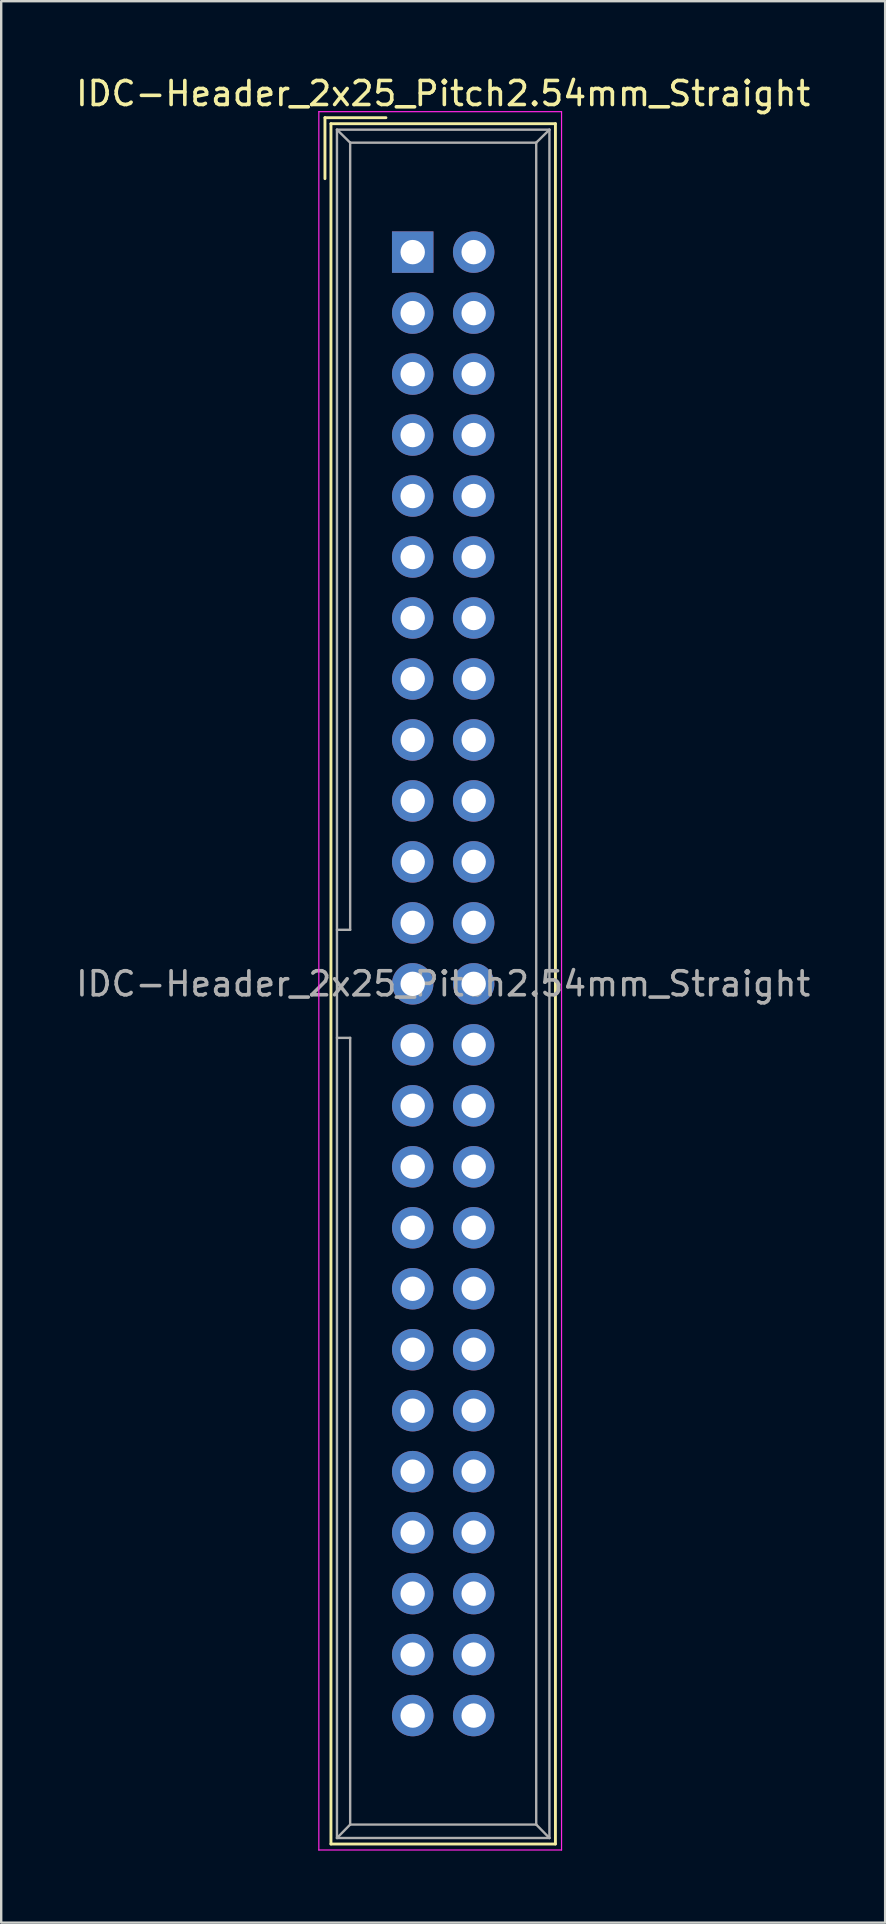
<source format=kicad_pcb>
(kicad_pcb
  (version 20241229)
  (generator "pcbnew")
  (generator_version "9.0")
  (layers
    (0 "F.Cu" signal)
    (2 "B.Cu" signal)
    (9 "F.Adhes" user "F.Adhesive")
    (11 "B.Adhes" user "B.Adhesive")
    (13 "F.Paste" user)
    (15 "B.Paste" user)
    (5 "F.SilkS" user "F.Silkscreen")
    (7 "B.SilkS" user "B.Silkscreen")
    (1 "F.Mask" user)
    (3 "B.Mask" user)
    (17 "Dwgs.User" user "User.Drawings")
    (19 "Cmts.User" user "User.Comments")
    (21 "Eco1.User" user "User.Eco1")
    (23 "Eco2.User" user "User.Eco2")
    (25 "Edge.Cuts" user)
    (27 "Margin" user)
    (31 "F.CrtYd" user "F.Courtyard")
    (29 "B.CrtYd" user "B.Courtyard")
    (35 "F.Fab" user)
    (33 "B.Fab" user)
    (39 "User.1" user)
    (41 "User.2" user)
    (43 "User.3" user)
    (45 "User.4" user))
  (footprint "IDC-Header_2x25_Pitch2.54mm_Straight"
    (layer "F.Cu")
    (at 14.141 7.452)
    (property "Reference" "IDC-Header_2x25_Pitch2.54mm_Straight" (at 1.27 -6.604 0) (layer "F.SilkS") (effects (font (size 1 1) (thickness 0.15))))
    (attr through_hole)
    (fp_line (start -3.655 -5.6) (end -3.655 -3.06) (stroke (width 0.12) (type solid)) (layer "F.SilkS"))
    (fp_line (start -3.655 -5.6) (end -1.115 -5.6) (stroke (width 0.12) (type solid)) (layer "F.SilkS"))
    (fp_line (start -3.405 -5.35) (end 5.945 -5.35) (stroke (width 0.12) (type solid)) (layer "F.SilkS"))
    (fp_line (start -3.405 66.31) (end -3.405 -5.35) (stroke (width 0.12) (type solid)) (layer "F.SilkS"))
    (fp_line (start 5.945 -5.35) (end 5.945 66.31) (stroke (width 0.12) (type solid)) (layer "F.SilkS"))
    (fp_line (start 5.945 66.31) (end -3.405 66.31) (stroke (width 0.12) (type solid)) (layer "F.SilkS"))
    (fp_line (start -3.91 -5.85) (end 6.2 -5.85) (stroke (width 0.05) (type solid)) (layer "F.CrtYd"))
    (fp_line (start -3.91 66.56) (end -3.91 -5.85) (stroke (width 0.05) (type solid)) (layer "F.CrtYd"))
    (fp_line (start 6.2 -5.85) (end 6.2 66.56) (stroke (width 0.05) (type solid)) (layer "F.CrtYd"))
    (fp_line (start 6.2 66.56) (end -3.91 66.56) (stroke (width 0.05) (type solid)) (layer "F.CrtYd"))
    (fp_line (start -3.155 -5.1) (end -3.155 66.06) (stroke (width 0.1) (type solid)) (layer "F.Fab"))
    (fp_line (start -3.155 -5.1) (end -2.605 -4.56) (stroke (width 0.1) (type solid)) (layer "F.Fab"))
    (fp_line (start -3.155 66.06) (end -2.605 65.5) (stroke (width 0.1) (type solid)) (layer "F.Fab"))
    (fp_line (start -2.605 -4.56) (end -2.605 28.23) (stroke (width 0.1) (type solid)) (layer "F.Fab"))
    (fp_line (start -2.605 28.23) (end -3.155 28.23) (stroke (width 0.1) (type solid)) (layer "F.Fab"))
    (fp_line (start -2.605 32.73) (end -3.155 32.73) (stroke (width 0.1) (type solid)) (layer "F.Fab"))
    (fp_line (start -2.605 32.73) (end -2.605 65.5) (stroke (width 0.1) (type solid)) (layer "F.Fab"))
    (fp_line (start 5.145 -4.56) (end -2.605 -4.56) (stroke (width 0.1) (type solid)) (layer "F.Fab"))
    (fp_line (start 5.145 -4.56) (end 5.145 65.5) (stroke (width 0.1) (type solid)) (layer "F.Fab"))
    (fp_line (start 5.145 65.5) (end -2.605 65.5) (stroke (width 0.1) (type solid)) (layer "F.Fab"))
    (fp_line (start 5.695 -5.1) (end -3.155 -5.1) (stroke (width 0.1) (type solid)) (layer "F.Fab"))
    (fp_line (start 5.695 -5.1) (end 5.145 -4.56) (stroke (width 0.1) (type solid)) (layer "F.Fab"))
    (fp_line (start 5.695 -5.1) (end 5.695 66.06) (stroke (width 0.1) (type solid)) (layer "F.Fab"))
    (fp_line (start 5.695 66.06) (end -3.155 66.06) (stroke (width 0.1) (type solid)) (layer "F.Fab"))
    (fp_line (start 5.695 66.06) (end 5.145 65.5) (stroke (width 0.1) (type solid)) (layer "F.Fab"))
    (fp_text user "${REFERENCE}" (at 1.27 30.48 0) (layer "F.Fab") (effects (font (size 1 1) (thickness 0.15))))
    (pad "1" thru_hole rect (at 0 0) (size 1.727 1.727) (drill 1.016) (layers "*.Cu" "*.Mask"))
    (pad "2" thru_hole oval (at 2.54 0) (size 1.727 1.727) (drill 1.016) (layers "*.Cu" "*.Mask"))
    (pad "3" thru_hole oval (at 0 2.54) (size 1.727 1.727) (drill 1.016) (layers "*.Cu" "*.Mask"))
    (pad "4" thru_hole oval (at 2.54 2.54) (size 1.727 1.727) (drill 1.016) (layers "*.Cu" "*.Mask"))
    (pad "5" thru_hole oval (at 0 5.08) (size 1.727 1.727) (drill 1.016) (layers "*.Cu" "*.Mask"))
    (pad "6" thru_hole oval (at 2.54 5.08) (size 1.727 1.727) (drill 1.016) (layers "*.Cu" "*.Mask"))
    (pad "7" thru_hole oval (at 0 7.62) (size 1.727 1.727) (drill 1.016) (layers "*.Cu" "*.Mask"))
    (pad "8" thru_hole oval (at 2.54 7.62) (size 1.727 1.727) (drill 1.016) (layers "*.Cu" "*.Mask"))
    (pad "9" thru_hole oval (at 0 10.16) (size 1.727 1.727) (drill 1.016) (layers "*.Cu" "*.Mask"))
    (pad "10" thru_hole oval (at 2.54 10.16) (size 1.727 1.727) (drill 1.016) (layers "*.Cu" "*.Mask"))
    (pad "11" thru_hole oval (at 0 12.7) (size 1.727 1.727) (drill 1.016) (layers "*.Cu" "*.Mask"))
    (pad "12" thru_hole oval (at 2.54 12.7) (size 1.727 1.727) (drill 1.016) (layers "*.Cu" "*.Mask"))
    (pad "13" thru_hole oval (at 0 15.24) (size 1.727 1.727) (drill 1.016) (layers "*.Cu" "*.Mask"))
    (pad "14" thru_hole oval (at 2.54 15.24) (size 1.727 1.727) (drill 1.016) (layers "*.Cu" "*.Mask"))
    (pad "15" thru_hole oval (at 0 17.78) (size 1.727 1.727) (drill 1.016) (layers "*.Cu" "*.Mask"))
    (pad "16" thru_hole oval (at 2.54 17.78) (size 1.727 1.727) (drill 1.016) (layers "*.Cu" "*.Mask"))
    (pad "17" thru_hole oval (at 0 20.32) (size 1.727 1.727) (drill 1.016) (layers "*.Cu" "*.Mask"))
    (pad "18" thru_hole oval (at 2.54 20.32) (size 1.727 1.727) (drill 1.016) (layers "*.Cu" "*.Mask"))
    (pad "19" thru_hole oval (at 0 22.86) (size 1.727 1.727) (drill 1.016) (layers "*.Cu" "*.Mask"))
    (pad "20" thru_hole oval (at 2.54 22.86) (size 1.727 1.727) (drill 1.016) (layers "*.Cu" "*.Mask"))
    (pad "21" thru_hole oval (at 0 25.4) (size 1.727 1.727) (drill 1.016) (layers "*.Cu" "*.Mask"))
    (pad "22" thru_hole oval (at 2.54 25.4) (size 1.727 1.727) (drill 1.016) (layers "*.Cu" "*.Mask"))
    (pad "23" thru_hole oval (at 0 27.94) (size 1.727 1.727) (drill 1.016) (layers "*.Cu" "*.Mask"))
    (pad "24" thru_hole oval (at 2.54 27.94) (size 1.727 1.727) (drill 1.016) (layers "*.Cu" "*.Mask"))
    (pad "25" thru_hole oval (at 0 30.48) (size 1.727 1.727) (drill 1.016) (layers "*.Cu" "*.Mask"))
    (pad "26" thru_hole oval (at 2.54 30.48) (size 1.727 1.727) (drill 1.016) (layers "*.Cu" "*.Mask"))
    (pad "27" thru_hole oval (at 0 33.02) (size 1.727 1.727) (drill 1.016) (layers "*.Cu" "*.Mask"))
    (pad "28" thru_hole oval (at 2.54 33.02) (size 1.727 1.727) (drill 1.016) (layers "*.Cu" "*.Mask"))
    (pad "29" thru_hole oval (at 0 35.56) (size 1.727 1.727) (drill 1.016) (layers "*.Cu" "*.Mask"))
    (pad "30" thru_hole oval (at 2.54 35.56) (size 1.727 1.727) (drill 1.016) (layers "*.Cu" "*.Mask"))
    (pad "31" thru_hole oval (at 0 38.1) (size 1.727 1.727) (drill 1.016) (layers "*.Cu" "*.Mask"))
    (pad "32" thru_hole oval (at 2.54 38.1) (size 1.727 1.727) (drill 1.016) (layers "*.Cu" "*.Mask"))
    (pad "33" thru_hole oval (at 0 40.64) (size 1.727 1.727) (drill 1.016) (layers "*.Cu" "*.Mask"))
    (pad "34" thru_hole oval (at 2.54 40.64) (size 1.727 1.727) (drill 1.016) (layers "*.Cu" "*.Mask"))
    (pad "35" thru_hole oval (at 0 43.18) (size 1.727 1.727) (drill 1.016) (layers "*.Cu" "*.Mask"))
    (pad "36" thru_hole oval (at 2.54 43.18) (size 1.727 1.727) (drill 1.016) (layers "*.Cu" "*.Mask"))
    (pad "37" thru_hole oval (at 0 45.72) (size 1.727 1.727) (drill 1.016) (layers "*.Cu" "*.Mask"))
    (pad "38" thru_hole oval (at 2.54 45.72) (size 1.727 1.727) (drill 1.016) (layers "*.Cu" "*.Mask"))
    (pad "39" thru_hole oval (at 0 48.26) (size 1.727 1.727) (drill 1.016) (layers "*.Cu" "*.Mask"))
    (pad "40" thru_hole oval (at 2.54 48.26) (size 1.727 1.727) (drill 1.016) (layers "*.Cu" "*.Mask"))
    (pad "41" thru_hole oval (at 0 50.8) (size 1.727 1.727) (drill 1.016) (layers "*.Cu" "*.Mask"))
    (pad "42" thru_hole oval (at 2.54 50.8) (size 1.727 1.727) (drill 1.016) (layers "*.Cu" "*.Mask"))
    (pad "43" thru_hole oval (at 0 53.34) (size 1.727 1.727) (drill 1.016) (layers "*.Cu" "*.Mask"))
    (pad "44" thru_hole oval (at 2.54 53.34) (size 1.727 1.727) (drill 1.016) (layers "*.Cu" "*.Mask"))
    (pad "45" thru_hole oval (at 0 55.88) (size 1.727 1.727) (drill 1.016) (layers "*.Cu" "*.Mask"))
    (pad "46" thru_hole oval (at 2.54 55.88) (size 1.727 1.727) (drill 1.016) (layers "*.Cu" "*.Mask"))
    (pad "47" thru_hole oval (at 0 58.42) (size 1.727 1.727) (drill 1.016) (layers "*.Cu" "*.Mask"))
    (pad "48" thru_hole oval (at 2.54 58.42) (size 1.727 1.727) (drill 1.016) (layers "*.Cu" "*.Mask"))
    (pad "49" thru_hole oval (at 0 60.96) (size 1.727 1.727) (drill 1.016) (layers "*.Cu" "*.Mask"))
    (pad "50" thru_hole oval (at 2.54 60.96) (size 1.727 1.727) (drill 1.016) (layers "*.Cu" "*.Mask")))
  (gr_rect
    (start -3 -3)
    (end 33.821 77.037)
    (stroke (width 0.1) (type default))
    (fill no)
    (layer "Edge.Cuts")))
</source>
